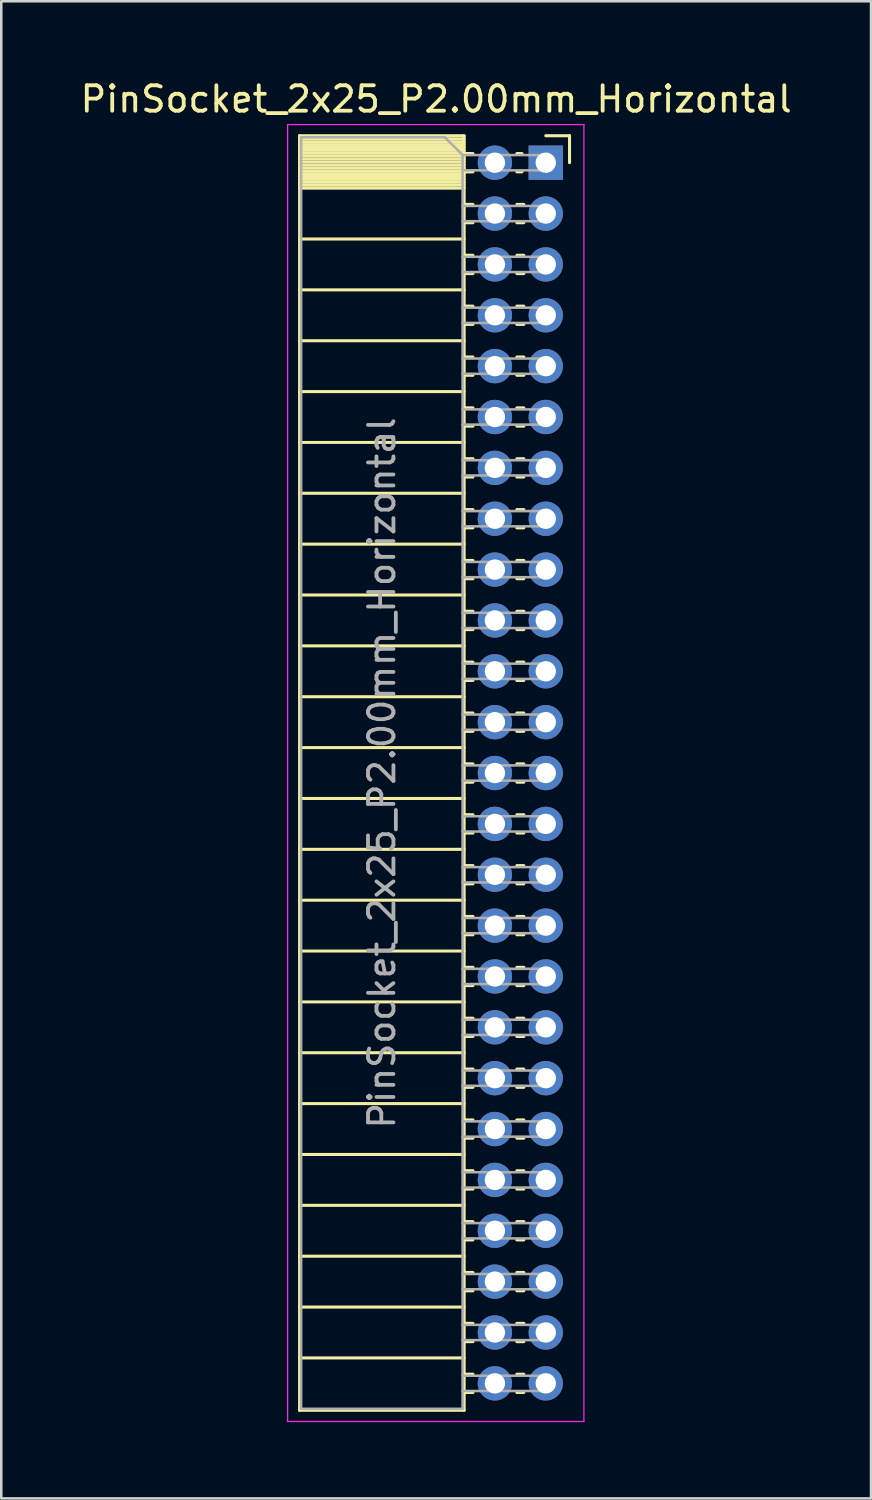
<source format=kicad_pcb>
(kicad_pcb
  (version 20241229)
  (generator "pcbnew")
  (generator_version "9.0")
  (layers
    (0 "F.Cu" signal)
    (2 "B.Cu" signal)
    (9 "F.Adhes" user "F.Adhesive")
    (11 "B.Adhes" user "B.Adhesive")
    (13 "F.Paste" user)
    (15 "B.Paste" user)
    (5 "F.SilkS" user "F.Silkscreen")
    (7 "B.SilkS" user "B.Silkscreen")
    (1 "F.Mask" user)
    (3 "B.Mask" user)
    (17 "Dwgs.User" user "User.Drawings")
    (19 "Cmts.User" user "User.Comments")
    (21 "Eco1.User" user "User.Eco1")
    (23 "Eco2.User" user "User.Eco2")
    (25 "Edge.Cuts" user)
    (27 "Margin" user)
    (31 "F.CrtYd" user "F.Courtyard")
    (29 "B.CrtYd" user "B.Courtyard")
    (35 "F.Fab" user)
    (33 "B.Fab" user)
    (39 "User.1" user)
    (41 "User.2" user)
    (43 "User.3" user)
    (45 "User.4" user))
  (footprint "PinSocket_2x25_P2.00mm_Horizontal"
    (layer "F.Cu")
    (at 18.411 3.348)
    (property "Reference" "PinSocket_2x25_P2.00mm_Horizontal" (at -4.31 -2.5 0) (layer "F.SilkS") (effects (font (size 1 1) (thickness 0.15))))
    (attr through_hole)
    (fp_line (start -9.68 -1.06) (end -9.68 49.06) (stroke (width 0.12) (type solid)) (layer "F.SilkS"))
    (fp_line (start -9.68 -1.06) (end -3.21 -1.06) (stroke (width 0.12) (type solid)) (layer "F.SilkS"))
    (fp_line (start -9.68 -0.94) (end -3.21 -0.94) (stroke (width 0.12) (type solid)) (layer "F.SilkS"))
    (fp_line (start -9.68 -0.826) (end -3.21 -0.826) (stroke (width 0.12) (type solid)) (layer "F.SilkS"))
    (fp_line (start -9.68 -0.712) (end -3.21 -0.712) (stroke (width 0.12) (type solid)) (layer "F.SilkS"))
    (fp_line (start -9.68 -0.598) (end -3.21 -0.598) (stroke (width 0.12) (type solid)) (layer "F.SilkS"))
    (fp_line (start -9.68 -0.484) (end -3.21 -0.484) (stroke (width 0.12) (type solid)) (layer "F.SilkS"))
    (fp_line (start -9.68 -0.369) (end -3.21 -0.369) (stroke (width 0.12) (type solid)) (layer "F.SilkS"))
    (fp_line (start -9.68 -0.255) (end -3.21 -0.255) (stroke (width 0.12) (type solid)) (layer "F.SilkS"))
    (fp_line (start -9.68 -0.141) (end -3.21 -0.141) (stroke (width 0.12) (type solid)) (layer "F.SilkS"))
    (fp_line (start -9.68 -0.027) (end -3.21 -0.027) (stroke (width 0.12) (type solid)) (layer "F.SilkS"))
    (fp_line (start -9.68 0.087) (end -3.21 0.087) (stroke (width 0.12) (type solid)) (layer "F.SilkS"))
    (fp_line (start -9.68 0.201) (end -3.21 0.201) (stroke (width 0.12) (type solid)) (layer "F.SilkS"))
    (fp_line (start -9.68 0.315) (end -3.21 0.315) (stroke (width 0.12) (type solid)) (layer "F.SilkS"))
    (fp_line (start -9.68 0.429) (end -3.21 0.429) (stroke (width 0.12) (type solid)) (layer "F.SilkS"))
    (fp_line (start -9.68 0.544) (end -3.21 0.544) (stroke (width 0.12) (type solid)) (layer "F.SilkS"))
    (fp_line (start -9.68 0.658) (end -3.21 0.658) (stroke (width 0.12) (type solid)) (layer "F.SilkS"))
    (fp_line (start -9.68 0.772) (end -3.21 0.772) (stroke (width 0.12) (type solid)) (layer "F.SilkS"))
    (fp_line (start -9.68 0.886) (end -3.21 0.886) (stroke (width 0.12) (type solid)) (layer "F.SilkS"))
    (fp_line (start -9.68 1) (end -3.21 1) (stroke (width 0.12) (type solid)) (layer "F.SilkS"))
    (fp_line (start -9.68 3) (end -3.21 3) (stroke (width 0.12) (type solid)) (layer "F.SilkS"))
    (fp_line (start -9.68 5) (end -3.21 5) (stroke (width 0.12) (type solid)) (layer "F.SilkS"))
    (fp_line (start -9.68 7) (end -3.21 7) (stroke (width 0.12) (type solid)) (layer "F.SilkS"))
    (fp_line (start -9.68 9) (end -3.21 9) (stroke (width 0.12) (type solid)) (layer "F.SilkS"))
    (fp_line (start -9.68 11) (end -3.21 11) (stroke (width 0.12) (type solid)) (layer "F.SilkS"))
    (fp_line (start -9.68 13) (end -3.21 13) (stroke (width 0.12) (type solid)) (layer "F.SilkS"))
    (fp_line (start -9.68 15) (end -3.21 15) (stroke (width 0.12) (type solid)) (layer "F.SilkS"))
    (fp_line (start -9.68 17) (end -3.21 17) (stroke (width 0.12) (type solid)) (layer "F.SilkS"))
    (fp_line (start -9.68 19) (end -3.21 19) (stroke (width 0.12) (type solid)) (layer "F.SilkS"))
    (fp_line (start -9.68 21) (end -3.21 21) (stroke (width 0.12) (type solid)) (layer "F.SilkS"))
    (fp_line (start -9.68 23) (end -3.21 23) (stroke (width 0.12) (type solid)) (layer "F.SilkS"))
    (fp_line (start -9.68 25) (end -3.21 25) (stroke (width 0.12) (type solid)) (layer "F.SilkS"))
    (fp_line (start -9.68 27) (end -3.21 27) (stroke (width 0.12) (type solid)) (layer "F.SilkS"))
    (fp_line (start -9.68 29) (end -3.21 29) (stroke (width 0.12) (type solid)) (layer "F.SilkS"))
    (fp_line (start -9.68 31) (end -3.21 31) (stroke (width 0.12) (type solid)) (layer "F.SilkS"))
    (fp_line (start -9.68 33) (end -3.21 33) (stroke (width 0.12) (type solid)) (layer "F.SilkS"))
    (fp_line (start -9.68 35) (end -3.21 35) (stroke (width 0.12) (type solid)) (layer "F.SilkS"))
    (fp_line (start -9.68 37) (end -3.21 37) (stroke (width 0.12) (type solid)) (layer "F.SilkS"))
    (fp_line (start -9.68 39) (end -3.21 39) (stroke (width 0.12) (type solid)) (layer "F.SilkS"))
    (fp_line (start -9.68 41) (end -3.21 41) (stroke (width 0.12) (type solid)) (layer "F.SilkS"))
    (fp_line (start -9.68 43) (end -3.21 43) (stroke (width 0.12) (type solid)) (layer "F.SilkS"))
    (fp_line (start -9.68 45) (end -3.21 45) (stroke (width 0.12) (type solid)) (layer "F.SilkS"))
    (fp_line (start -9.68 47) (end -3.21 47) (stroke (width 0.12) (type solid)) (layer "F.SilkS"))
    (fp_line (start -9.68 49.06) (end -3.21 49.06) (stroke (width 0.12) (type solid)) (layer "F.SilkS"))
    (fp_line (start -3.21 -1.06) (end -3.21 49.06) (stroke (width 0.12) (type solid)) (layer "F.SilkS"))
    (fp_line (start -3.21 -0.36) (end -2.863 -0.36) (stroke (width 0.12) (type solid)) (layer "F.SilkS"))
    (fp_line (start -3.21 0.36) (end -2.863 0.36) (stroke (width 0.12) (type solid)) (layer "F.SilkS"))
    (fp_line (start -3.21 1.64) (end -2.863 1.64) (stroke (width 0.12) (type solid)) (layer "F.SilkS"))
    (fp_line (start -3.21 2.36) (end -2.863 2.36) (stroke (width 0.12) (type solid)) (layer "F.SilkS"))
    (fp_line (start -3.21 3.64) (end -2.863 3.64) (stroke (width 0.12) (type solid)) (layer "F.SilkS"))
    (fp_line (start -3.21 4.36) (end -2.863 4.36) (stroke (width 0.12) (type solid)) (layer "F.SilkS"))
    (fp_line (start -3.21 5.64) (end -2.863 5.64) (stroke (width 0.12) (type solid)) (layer "F.SilkS"))
    (fp_line (start -3.21 6.36) (end -2.863 6.36) (stroke (width 0.12) (type solid)) (layer "F.SilkS"))
    (fp_line (start -3.21 7.64) (end -2.863 7.64) (stroke (width 0.12) (type solid)) (layer "F.SilkS"))
    (fp_line (start -3.21 8.36) (end -2.863 8.36) (stroke (width 0.12) (type solid)) (layer "F.SilkS"))
    (fp_line (start -3.21 9.64) (end -2.863 9.64) (stroke (width 0.12) (type solid)) (layer "F.SilkS"))
    (fp_line (start -3.21 10.36) (end -2.863 10.36) (stroke (width 0.12) (type solid)) (layer "F.SilkS"))
    (fp_line (start -3.21 11.64) (end -2.863 11.64) (stroke (width 0.12) (type solid)) (layer "F.SilkS"))
    (fp_line (start -3.21 12.36) (end -2.863 12.36) (stroke (width 0.12) (type solid)) (layer "F.SilkS"))
    (fp_line (start -3.21 13.64) (end -2.863 13.64) (stroke (width 0.12) (type solid)) (layer "F.SilkS"))
    (fp_line (start -3.21 14.36) (end -2.863 14.36) (stroke (width 0.12) (type solid)) (layer "F.SilkS"))
    (fp_line (start -3.21 15.64) (end -2.863 15.64) (stroke (width 0.12) (type solid)) (layer "F.SilkS"))
    (fp_line (start -3.21 16.36) (end -2.863 16.36) (stroke (width 0.12) (type solid)) (layer "F.SilkS"))
    (fp_line (start -3.21 17.64) (end -2.863 17.64) (stroke (width 0.12) (type solid)) (layer "F.SilkS"))
    (fp_line (start -3.21 18.36) (end -2.863 18.36) (stroke (width 0.12) (type solid)) (layer "F.SilkS"))
    (fp_line (start -3.21 19.64) (end -2.863 19.64) (stroke (width 0.12) (type solid)) (layer "F.SilkS"))
    (fp_line (start -3.21 20.36) (end -2.863 20.36) (stroke (width 0.12) (type solid)) (layer "F.SilkS"))
    (fp_line (start -3.21 21.64) (end -2.863 21.64) (stroke (width 0.12) (type solid)) (layer "F.SilkS"))
    (fp_line (start -3.21 22.36) (end -2.863 22.36) (stroke (width 0.12) (type solid)) (layer "F.SilkS"))
    (fp_line (start -3.21 23.64) (end -2.863 23.64) (stroke (width 0.12) (type solid)) (layer "F.SilkS"))
    (fp_line (start -3.21 24.36) (end -2.863 24.36) (stroke (width 0.12) (type solid)) (layer "F.SilkS"))
    (fp_line (start -3.21 25.64) (end -2.863 25.64) (stroke (width 0.12) (type solid)) (layer "F.SilkS"))
    (fp_line (start -3.21 26.36) (end -2.863 26.36) (stroke (width 0.12) (type solid)) (layer "F.SilkS"))
    (fp_line (start -3.21 27.64) (end -2.863 27.64) (stroke (width 0.12) (type solid)) (layer "F.SilkS"))
    (fp_line (start -3.21 28.36) (end -2.863 28.36) (stroke (width 0.12) (type solid)) (layer "F.SilkS"))
    (fp_line (start -3.21 29.64) (end -2.863 29.64) (stroke (width 0.12) (type solid)) (layer "F.SilkS"))
    (fp_line (start -3.21 30.36) (end -2.863 30.36) (stroke (width 0.12) (type solid)) (layer "F.SilkS"))
    (fp_line (start -3.21 31.64) (end -2.863 31.64) (stroke (width 0.12) (type solid)) (layer "F.SilkS"))
    (fp_line (start -3.21 32.36) (end -2.863 32.36) (stroke (width 0.12) (type solid)) (layer "F.SilkS"))
    (fp_line (start -3.21 33.64) (end -2.863 33.64) (stroke (width 0.12) (type solid)) (layer "F.SilkS"))
    (fp_line (start -3.21 34.36) (end -2.863 34.36) (stroke (width 0.12) (type solid)) (layer "F.SilkS"))
    (fp_line (start -3.21 35.64) (end -2.863 35.64) (stroke (width 0.12) (type solid)) (layer "F.SilkS"))
    (fp_line (start -3.21 36.36) (end -2.863 36.36) (stroke (width 0.12) (type solid)) (layer "F.SilkS"))
    (fp_line (start -3.21 37.64) (end -2.863 37.64) (stroke (width 0.12) (type solid)) (layer "F.SilkS"))
    (fp_line (start -3.21 38.36) (end -2.863 38.36) (stroke (width 0.12) (type solid)) (layer "F.SilkS"))
    (fp_line (start -3.21 39.64) (end -2.863 39.64) (stroke (width 0.12) (type solid)) (layer "F.SilkS"))
    (fp_line (start -3.21 40.36) (end -2.863 40.36) (stroke (width 0.12) (type solid)) (layer "F.SilkS"))
    (fp_line (start -3.21 41.64) (end -2.863 41.64) (stroke (width 0.12) (type solid)) (layer "F.SilkS"))
    (fp_line (start -3.21 42.36) (end -2.863 42.36) (stroke (width 0.12) (type solid)) (layer "F.SilkS"))
    (fp_line (start -3.21 43.64) (end -2.863 43.64) (stroke (width 0.12) (type solid)) (layer "F.SilkS"))
    (fp_line (start -3.21 44.36) (end -2.863 44.36) (stroke (width 0.12) (type solid)) (layer "F.SilkS"))
    (fp_line (start -3.21 45.64) (end -2.863 45.64) (stroke (width 0.12) (type solid)) (layer "F.SilkS"))
    (fp_line (start -3.21 46.36) (end -2.863 46.36) (stroke (width 0.12) (type solid)) (layer "F.SilkS"))
    (fp_line (start -3.21 47.64) (end -2.863 47.64) (stroke (width 0.12) (type solid)) (layer "F.SilkS"))
    (fp_line (start -3.21 48.36) (end -2.863 48.36) (stroke (width 0.12) (type solid)) (layer "F.SilkS"))
    (fp_line (start -1.137 -0.36) (end -0.935 -0.36) (stroke (width 0.12) (type solid)) (layer "F.SilkS"))
    (fp_line (start -1.137 0.36) (end -0.935 0.36) (stroke (width 0.12) (type solid)) (layer "F.SilkS"))
    (fp_line (start -1.137 1.64) (end -0.863 1.64) (stroke (width 0.12) (type solid)) (layer "F.SilkS"))
    (fp_line (start -1.137 2.36) (end -0.863 2.36) (stroke (width 0.12) (type solid)) (layer "F.SilkS"))
    (fp_line (start -1.137 3.64) (end -0.863 3.64) (stroke (width 0.12) (type solid)) (layer "F.SilkS"))
    (fp_line (start -1.137 4.36) (end -0.863 4.36) (stroke (width 0.12) (type solid)) (layer "F.SilkS"))
    (fp_line (start -1.137 5.64) (end -0.863 5.64) (stroke (width 0.12) (type solid)) (layer "F.SilkS"))
    (fp_line (start -1.137 6.36) (end -0.863 6.36) (stroke (width 0.12) (type solid)) (layer "F.SilkS"))
    (fp_line (start -1.137 7.64) (end -0.863 7.64) (stroke (width 0.12) (type solid)) (layer "F.SilkS"))
    (fp_line (start -1.137 8.36) (end -0.863 8.36) (stroke (width 0.12) (type solid)) (layer "F.SilkS"))
    (fp_line (start -1.137 9.64) (end -0.863 9.64) (stroke (width 0.12) (type solid)) (layer "F.SilkS"))
    (fp_line (start -1.137 10.36) (end -0.863 10.36) (stroke (width 0.12) (type solid)) (layer "F.SilkS"))
    (fp_line (start -1.137 11.64) (end -0.863 11.64) (stroke (width 0.12) (type solid)) (layer "F.SilkS"))
    (fp_line (start -1.137 12.36) (end -0.863 12.36) (stroke (width 0.12) (type solid)) (layer "F.SilkS"))
    (fp_line (start -1.137 13.64) (end -0.863 13.64) (stroke (width 0.12) (type solid)) (layer "F.SilkS"))
    (fp_line (start -1.137 14.36) (end -0.863 14.36) (stroke (width 0.12) (type solid)) (layer "F.SilkS"))
    (fp_line (start -1.137 15.64) (end -0.863 15.64) (stroke (width 0.12) (type solid)) (layer "F.SilkS"))
    (fp_line (start -1.137 16.36) (end -0.863 16.36) (stroke (width 0.12) (type solid)) (layer "F.SilkS"))
    (fp_line (start -1.137 17.64) (end -0.863 17.64) (stroke (width 0.12) (type solid)) (layer "F.SilkS"))
    (fp_line (start -1.137 18.36) (end -0.863 18.36) (stroke (width 0.12) (type solid)) (layer "F.SilkS"))
    (fp_line (start -1.137 19.64) (end -0.863 19.64) (stroke (width 0.12) (type solid)) (layer "F.SilkS"))
    (fp_line (start -1.137 20.36) (end -0.863 20.36) (stroke (width 0.12) (type solid)) (layer "F.SilkS"))
    (fp_line (start -1.137 21.64) (end -0.863 21.64) (stroke (width 0.12) (type solid)) (layer "F.SilkS"))
    (fp_line (start -1.137 22.36) (end -0.863 22.36) (stroke (width 0.12) (type solid)) (layer "F.SilkS"))
    (fp_line (start -1.137 23.64) (end -0.863 23.64) (stroke (width 0.12) (type solid)) (layer "F.SilkS"))
    (fp_line (start -1.137 24.36) (end -0.863 24.36) (stroke (width 0.12) (type solid)) (layer "F.SilkS"))
    (fp_line (start -1.137 25.64) (end -0.863 25.64) (stroke (width 0.12) (type solid)) (layer "F.SilkS"))
    (fp_line (start -1.137 26.36) (end -0.863 26.36) (stroke (width 0.12) (type solid)) (layer "F.SilkS"))
    (fp_line (start -1.137 27.64) (end -0.863 27.64) (stroke (width 0.12) (type solid)) (layer "F.SilkS"))
    (fp_line (start -1.137 28.36) (end -0.863 28.36) (stroke (width 0.12) (type solid)) (layer "F.SilkS"))
    (fp_line (start -1.137 29.64) (end -0.863 29.64) (stroke (width 0.12) (type solid)) (layer "F.SilkS"))
    (fp_line (start -1.137 30.36) (end -0.863 30.36) (stroke (width 0.12) (type solid)) (layer "F.SilkS"))
    (fp_line (start -1.137 31.64) (end -0.863 31.64) (stroke (width 0.12) (type solid)) (layer "F.SilkS"))
    (fp_line (start -1.137 32.36) (end -0.863 32.36) (stroke (width 0.12) (type solid)) (layer "F.SilkS"))
    (fp_line (start -1.137 33.64) (end -0.863 33.64) (stroke (width 0.12) (type solid)) (layer "F.SilkS"))
    (fp_line (start -1.137 34.36) (end -0.863 34.36) (stroke (width 0.12) (type solid)) (layer "F.SilkS"))
    (fp_line (start -1.137 35.64) (end -0.863 35.64) (stroke (width 0.12) (type solid)) (layer "F.SilkS"))
    (fp_line (start -1.137 36.36) (end -0.863 36.36) (stroke (width 0.12) (type solid)) (layer "F.SilkS"))
    (fp_line (start -1.137 37.64) (end -0.863 37.64) (stroke (width 0.12) (type solid)) (layer "F.SilkS"))
    (fp_line (start -1.137 38.36) (end -0.863 38.36) (stroke (width 0.12) (type solid)) (layer "F.SilkS"))
    (fp_line (start -1.137 39.64) (end -0.863 39.64) (stroke (width 0.12) (type solid)) (layer "F.SilkS"))
    (fp_line (start -1.137 40.36) (end -0.863 40.36) (stroke (width 0.12) (type solid)) (layer "F.SilkS"))
    (fp_line (start -1.137 41.64) (end -0.863 41.64) (stroke (width 0.12) (type solid)) (layer "F.SilkS"))
    (fp_line (start -1.137 42.36) (end -0.863 42.36) (stroke (width 0.12) (type solid)) (layer "F.SilkS"))
    (fp_line (start -1.137 43.64) (end -0.863 43.64) (stroke (width 0.12) (type solid)) (layer "F.SilkS"))
    (fp_line (start -1.137 44.36) (end -0.863 44.36) (stroke (width 0.12) (type solid)) (layer "F.SilkS"))
    (fp_line (start -1.137 45.64) (end -0.863 45.64) (stroke (width 0.12) (type solid)) (layer "F.SilkS"))
    (fp_line (start -1.137 46.36) (end -0.863 46.36) (stroke (width 0.12) (type solid)) (layer "F.SilkS"))
    (fp_line (start -1.137 47.64) (end -0.863 47.64) (stroke (width 0.12) (type solid)) (layer "F.SilkS"))
    (fp_line (start -1.137 48.36) (end -0.863 48.36) (stroke (width 0.12) (type solid)) (layer "F.SilkS"))
    (fp_line (start 0 -1.06) (end 0.935 -1.06) (stroke (width 0.12) (type solid)) (layer "F.SilkS"))
    (fp_line (start 0.935 -1.06) (end 0.935 0) (stroke (width 0.12) (type solid)) (layer "F.SilkS"))
    (fp_line (start -10.15 -1.5) (end -10.15 49.5) (stroke (width 0.05) (type solid)) (layer "F.CrtYd"))
    (fp_line (start -10.15 49.5) (end 1.5 49.5) (stroke (width 0.05) (type solid)) (layer "F.CrtYd"))
    (fp_line (start 1.5 -1.5) (end -10.15 -1.5) (stroke (width 0.05) (type solid)) (layer "F.CrtYd"))
    (fp_line (start 1.5 49.5) (end 1.5 -1.5) (stroke (width 0.05) (type solid)) (layer "F.CrtYd"))
    (fp_line (start -9.62 -1) (end -3.97 -1) (stroke (width 0.1) (type solid)) (layer "F.Fab"))
    (fp_line (start -9.62 49) (end -9.62 -1) (stroke (width 0.1) (type solid)) (layer "F.Fab"))
    (fp_line (start -3.97 -1) (end -3.27 -0.3) (stroke (width 0.1) (type solid)) (layer "F.Fab"))
    (fp_line (start -3.27 -0.3) (end -3.27 49) (stroke (width 0.1) (type solid)) (layer "F.Fab"))
    (fp_line (start -3.27 0.3) (end 0 0.3) (stroke (width 0.1) (type solid)) (layer "F.Fab"))
    (fp_line (start -3.27 2.3) (end 0 2.3) (stroke (width 0.1) (type solid)) (layer "F.Fab"))
    (fp_line (start -3.27 4.3) (end 0 4.3) (stroke (width 0.1) (type solid)) (layer "F.Fab"))
    (fp_line (start -3.27 6.3) (end 0 6.3) (stroke (width 0.1) (type solid)) (layer "F.Fab"))
    (fp_line (start -3.27 8.3) (end 0 8.3) (stroke (width 0.1) (type solid)) (layer "F.Fab"))
    (fp_line (start -3.27 10.3) (end 0 10.3) (stroke (width 0.1) (type solid)) (layer "F.Fab"))
    (fp_line (start -3.27 12.3) (end 0 12.3) (stroke (width 0.1) (type solid)) (layer "F.Fab"))
    (fp_line (start -3.27 14.3) (end 0 14.3) (stroke (width 0.1) (type solid)) (layer "F.Fab"))
    (fp_line (start -3.27 16.3) (end 0 16.3) (stroke (width 0.1) (type solid)) (layer "F.Fab"))
    (fp_line (start -3.27 18.3) (end 0 18.3) (stroke (width 0.1) (type solid)) (layer "F.Fab"))
    (fp_line (start -3.27 20.3) (end 0 20.3) (stroke (width 0.1) (type solid)) (layer "F.Fab"))
    (fp_line (start -3.27 22.3) (end 0 22.3) (stroke (width 0.1) (type solid)) (layer "F.Fab"))
    (fp_line (start -3.27 24.3) (end 0 24.3) (stroke (width 0.1) (type solid)) (layer "F.Fab"))
    (fp_line (start -3.27 26.3) (end 0 26.3) (stroke (width 0.1) (type solid)) (layer "F.Fab"))
    (fp_line (start -3.27 28.3) (end 0 28.3) (stroke (width 0.1) (type solid)) (layer "F.Fab"))
    (fp_line (start -3.27 30.3) (end 0 30.3) (stroke (width 0.1) (type solid)) (layer "F.Fab"))
    (fp_line (start -3.27 32.3) (end 0 32.3) (stroke (width 0.1) (type solid)) (layer "F.Fab"))
    (fp_line (start -3.27 34.3) (end 0 34.3) (stroke (width 0.1) (type solid)) (layer "F.Fab"))
    (fp_line (start -3.27 36.3) (end 0 36.3) (stroke (width 0.1) (type solid)) (layer "F.Fab"))
    (fp_line (start -3.27 38.3) (end 0 38.3) (stroke (width 0.1) (type solid)) (layer "F.Fab"))
    (fp_line (start -3.27 40.3) (end 0 40.3) (stroke (width 0.1) (type solid)) (layer "F.Fab"))
    (fp_line (start -3.27 42.3) (end 0 42.3) (stroke (width 0.1) (type solid)) (layer "F.Fab"))
    (fp_line (start -3.27 44.3) (end 0 44.3) (stroke (width 0.1) (type solid)) (layer "F.Fab"))
    (fp_line (start -3.27 46.3) (end 0 46.3) (stroke (width 0.1) (type solid)) (layer "F.Fab"))
    (fp_line (start -3.27 48.3) (end 0 48.3) (stroke (width 0.1) (type solid)) (layer "F.Fab"))
    (fp_line (start -3.27 49) (end -9.62 49) (stroke (width 0.1) (type solid)) (layer "F.Fab"))
    (fp_line (start 0 -0.3) (end -3.27 -0.3) (stroke (width 0.1) (type solid)) (layer "F.Fab"))
    (fp_line (start 0 0.3) (end 0 -0.3) (stroke (width 0.1) (type solid)) (layer "F.Fab"))
    (fp_line (start 0 1.7) (end -3.27 1.7) (stroke (width 0.1) (type solid)) (layer "F.Fab"))
    (fp_line (start 0 2.3) (end 0 1.7) (stroke (width 0.1) (type solid)) (layer "F.Fab"))
    (fp_line (start 0 3.7) (end -3.27 3.7) (stroke (width 0.1) (type solid)) (layer "F.Fab"))
    (fp_line (start 0 4.3) (end 0 3.7) (stroke (width 0.1) (type solid)) (layer "F.Fab"))
    (fp_line (start 0 5.7) (end -3.27 5.7) (stroke (width 0.1) (type solid)) (layer "F.Fab"))
    (fp_line (start 0 6.3) (end 0 5.7) (stroke (width 0.1) (type solid)) (layer "F.Fab"))
    (fp_line (start 0 7.7) (end -3.27 7.7) (stroke (width 0.1) (type solid)) (layer "F.Fab"))
    (fp_line (start 0 8.3) (end 0 7.7) (stroke (width 0.1) (type solid)) (layer "F.Fab"))
    (fp_line (start 0 9.7) (end -3.27 9.7) (stroke (width 0.1) (type solid)) (layer "F.Fab"))
    (fp_line (start 0 10.3) (end 0 9.7) (stroke (width 0.1) (type solid)) (layer "F.Fab"))
    (fp_line (start 0 11.7) (end -3.27 11.7) (stroke (width 0.1) (type solid)) (layer "F.Fab"))
    (fp_line (start 0 12.3) (end 0 11.7) (stroke (width 0.1) (type solid)) (layer "F.Fab"))
    (fp_line (start 0 13.7) (end -3.27 13.7) (stroke (width 0.1) (type solid)) (layer "F.Fab"))
    (fp_line (start 0 14.3) (end 0 13.7) (stroke (width 0.1) (type solid)) (layer "F.Fab"))
    (fp_line (start 0 15.7) (end -3.27 15.7) (stroke (width 0.1) (type solid)) (layer "F.Fab"))
    (fp_line (start 0 16.3) (end 0 15.7) (stroke (width 0.1) (type solid)) (layer "F.Fab"))
    (fp_line (start 0 17.7) (end -3.27 17.7) (stroke (width 0.1) (type solid)) (layer "F.Fab"))
    (fp_line (start 0 18.3) (end 0 17.7) (stroke (width 0.1) (type solid)) (layer "F.Fab"))
    (fp_line (start 0 19.7) (end -3.27 19.7) (stroke (width 0.1) (type solid)) (layer "F.Fab"))
    (fp_line (start 0 20.3) (end 0 19.7) (stroke (width 0.1) (type solid)) (layer "F.Fab"))
    (fp_line (start 0 21.7) (end -3.27 21.7) (stroke (width 0.1) (type solid)) (layer "F.Fab"))
    (fp_line (start 0 22.3) (end 0 21.7) (stroke (width 0.1) (type solid)) (layer "F.Fab"))
    (fp_line (start 0 23.7) (end -3.27 23.7) (stroke (width 0.1) (type solid)) (layer "F.Fab"))
    (fp_line (start 0 24.3) (end 0 23.7) (stroke (width 0.1) (type solid)) (layer "F.Fab"))
    (fp_line (start 0 25.7) (end -3.27 25.7) (stroke (width 0.1) (type solid)) (layer "F.Fab"))
    (fp_line (start 0 26.3) (end 0 25.7) (stroke (width 0.1) (type solid)) (layer "F.Fab"))
    (fp_line (start 0 27.7) (end -3.27 27.7) (stroke (width 0.1) (type solid)) (layer "F.Fab"))
    (fp_line (start 0 28.3) (end 0 27.7) (stroke (width 0.1) (type solid)) (layer "F.Fab"))
    (fp_line (start 0 29.7) (end -3.27 29.7) (stroke (width 0.1) (type solid)) (layer "F.Fab"))
    (fp_line (start 0 30.3) (end 0 29.7) (stroke (width 0.1) (type solid)) (layer "F.Fab"))
    (fp_line (start 0 31.7) (end -3.27 31.7) (stroke (width 0.1) (type solid)) (layer "F.Fab"))
    (fp_line (start 0 32.3) (end 0 31.7) (stroke (width 0.1) (type solid)) (layer "F.Fab"))
    (fp_line (start 0 33.7) (end -3.27 33.7) (stroke (width 0.1) (type solid)) (layer "F.Fab"))
    (fp_line (start 0 34.3) (end 0 33.7) (stroke (width 0.1) (type solid)) (layer "F.Fab"))
    (fp_line (start 0 35.7) (end -3.27 35.7) (stroke (width 0.1) (type solid)) (layer "F.Fab"))
    (fp_line (start 0 36.3) (end 0 35.7) (stroke (width 0.1) (type solid)) (layer "F.Fab"))
    (fp_line (start 0 37.7) (end -3.27 37.7) (stroke (width 0.1) (type solid)) (layer "F.Fab"))
    (fp_line (start 0 38.3) (end 0 37.7) (stroke (width 0.1) (type solid)) (layer "F.Fab"))
    (fp_line (start 0 39.7) (end -3.27 39.7) (stroke (width 0.1) (type solid)) (layer "F.Fab"))
    (fp_line (start 0 40.3) (end 0 39.7) (stroke (width 0.1) (type solid)) (layer "F.Fab"))
    (fp_line (start 0 41.7) (end -3.27 41.7) (stroke (width 0.1) (type solid)) (layer "F.Fab"))
    (fp_line (start 0 42.3) (end 0 41.7) (stroke (width 0.1) (type solid)) (layer "F.Fab"))
    (fp_line (start 0 43.7) (end -3.27 43.7) (stroke (width 0.1) (type solid)) (layer "F.Fab"))
    (fp_line (start 0 44.3) (end 0 43.7) (stroke (width 0.1) (type solid)) (layer "F.Fab"))
    (fp_line (start 0 45.7) (end -3.27 45.7) (stroke (width 0.1) (type solid)) (layer "F.Fab"))
    (fp_line (start 0 46.3) (end 0 45.7) (stroke (width 0.1) (type solid)) (layer "F.Fab"))
    (fp_line (start 0 47.7) (end -3.27 47.7) (stroke (width 0.1) (type solid)) (layer "F.Fab"))
    (fp_line (start 0 48.3) (end 0 47.7) (stroke (width 0.1) (type solid)) (layer "F.Fab"))
    (fp_text user "${REFERENCE}" (at -6.445 24 90) (layer "F.Fab") (effects (font (size 1 1) (thickness 0.15))))
    (pad "1" thru_hole rect (at 0 0) (size 1.35 1.35) (drill 0.8) (layers "*.Cu" "*.Mask"))
    (pad "2" thru_hole circle (at -2 0) (size 1.35 1.35) (drill 0.8) (layers "*.Cu" "*.Mask"))
    (pad "3" thru_hole circle (at 0 2) (size 1.35 1.35) (drill 0.8) (layers "*.Cu" "*.Mask"))
    (pad "4" thru_hole circle (at -2 2) (size 1.35 1.35) (drill 0.8) (layers "*.Cu" "*.Mask"))
    (pad "5" thru_hole circle (at 0 4) (size 1.35 1.35) (drill 0.8) (layers "*.Cu" "*.Mask"))
    (pad "6" thru_hole circle (at -2 4) (size 1.35 1.35) (drill 0.8) (layers "*.Cu" "*.Mask"))
    (pad "7" thru_hole circle (at 0 6) (size 1.35 1.35) (drill 0.8) (layers "*.Cu" "*.Mask"))
    (pad "8" thru_hole circle (at -2 6) (size 1.35 1.35) (drill 0.8) (layers "*.Cu" "*.Mask"))
    (pad "9" thru_hole circle (at 0 8) (size 1.35 1.35) (drill 0.8) (layers "*.Cu" "*.Mask"))
    (pad "10" thru_hole circle (at -2 8) (size 1.35 1.35) (drill 0.8) (layers "*.Cu" "*.Mask"))
    (pad "11" thru_hole circle (at 0 10) (size 1.35 1.35) (drill 0.8) (layers "*.Cu" "*.Mask"))
    (pad "12" thru_hole circle (at -2 10) (size 1.35 1.35) (drill 0.8) (layers "*.Cu" "*.Mask"))
    (pad "13" thru_hole circle (at 0 12) (size 1.35 1.35) (drill 0.8) (layers "*.Cu" "*.Mask"))
    (pad "14" thru_hole circle (at -2 12) (size 1.35 1.35) (drill 0.8) (layers "*.Cu" "*.Mask"))
    (pad "15" thru_hole circle (at 0 14) (size 1.35 1.35) (drill 0.8) (layers "*.Cu" "*.Mask"))
    (pad "16" thru_hole circle (at -2 14) (size 1.35 1.35) (drill 0.8) (layers "*.Cu" "*.Mask"))
    (pad "17" thru_hole circle (at 0 16) (size 1.35 1.35) (drill 0.8) (layers "*.Cu" "*.Mask"))
    (pad "18" thru_hole circle (at -2 16) (size 1.35 1.35) (drill 0.8) (layers "*.Cu" "*.Mask"))
    (pad "19" thru_hole circle (at 0 18) (size 1.35 1.35) (drill 0.8) (layers "*.Cu" "*.Mask"))
    (pad "20" thru_hole circle (at -2 18) (size 1.35 1.35) (drill 0.8) (layers "*.Cu" "*.Mask"))
    (pad "21" thru_hole circle (at 0 20) (size 1.35 1.35) (drill 0.8) (layers "*.Cu" "*.Mask"))
    (pad "22" thru_hole circle (at -2 20) (size 1.35 1.35) (drill 0.8) (layers "*.Cu" "*.Mask"))
    (pad "23" thru_hole circle (at 0 22) (size 1.35 1.35) (drill 0.8) (layers "*.Cu" "*.Mask"))
    (pad "24" thru_hole circle (at -2 22) (size 1.35 1.35) (drill 0.8) (layers "*.Cu" "*.Mask"))
    (pad "25" thru_hole circle (at 0 24) (size 1.35 1.35) (drill 0.8) (layers "*.Cu" "*.Mask"))
    (pad "26" thru_hole circle (at -2 24) (size 1.35 1.35) (drill 0.8) (layers "*.Cu" "*.Mask"))
    (pad "27" thru_hole circle (at 0 26) (size 1.35 1.35) (drill 0.8) (layers "*.Cu" "*.Mask"))
    (pad "28" thru_hole circle (at -2 26) (size 1.35 1.35) (drill 0.8) (layers "*.Cu" "*.Mask"))
    (pad "29" thru_hole circle (at 0 28) (size 1.35 1.35) (drill 0.8) (layers "*.Cu" "*.Mask"))
    (pad "30" thru_hole circle (at -2 28) (size 1.35 1.35) (drill 0.8) (layers "*.Cu" "*.Mask"))
    (pad "31" thru_hole circle (at 0 30) (size 1.35 1.35) (drill 0.8) (layers "*.Cu" "*.Mask"))
    (pad "32" thru_hole circle (at -2 30) (size 1.35 1.35) (drill 0.8) (layers "*.Cu" "*.Mask"))
    (pad "33" thru_hole circle (at 0 32) (size 1.35 1.35) (drill 0.8) (layers "*.Cu" "*.Mask"))
    (pad "34" thru_hole circle (at -2 32) (size 1.35 1.35) (drill 0.8) (layers "*.Cu" "*.Mask"))
    (pad "35" thru_hole circle (at 0 34) (size 1.35 1.35) (drill 0.8) (layers "*.Cu" "*.Mask"))
    (pad "36" thru_hole circle (at -2 34) (size 1.35 1.35) (drill 0.8) (layers "*.Cu" "*.Mask"))
    (pad "37" thru_hole circle (at 0 36) (size 1.35 1.35) (drill 0.8) (layers "*.Cu" "*.Mask"))
    (pad "38" thru_hole circle (at -2 36) (size 1.35 1.35) (drill 0.8) (layers "*.Cu" "*.Mask"))
    (pad "39" thru_hole circle (at 0 38) (size 1.35 1.35) (drill 0.8) (layers "*.Cu" "*.Mask"))
    (pad "40" thru_hole circle (at -2 38) (size 1.35 1.35) (drill 0.8) (layers "*.Cu" "*.Mask"))
    (pad "41" thru_hole circle (at 0 40) (size 1.35 1.35) (drill 0.8) (layers "*.Cu" "*.Mask"))
    (pad "42" thru_hole circle (at -2 40) (size 1.35 1.35) (drill 0.8) (layers "*.Cu" "*.Mask"))
    (pad "43" thru_hole circle (at 0 42) (size 1.35 1.35) (drill 0.8) (layers "*.Cu" "*.Mask"))
    (pad "44" thru_hole circle (at -2 42) (size 1.35 1.35) (drill 0.8) (layers "*.Cu" "*.Mask"))
    (pad "45" thru_hole circle (at 0 44) (size 1.35 1.35) (drill 0.8) (layers "*.Cu" "*.Mask"))
    (pad "46" thru_hole circle (at -2 44) (size 1.35 1.35) (drill 0.8) (layers "*.Cu" "*.Mask"))
    (pad "47" thru_hole circle (at 0 46) (size 1.35 1.35) (drill 0.8) (layers "*.Cu" "*.Mask"))
    (pad "48" thru_hole circle (at -2 46) (size 1.35 1.35) (drill 0.8) (layers "*.Cu" "*.Mask"))
    (pad "49" thru_hole circle (at 0 48) (size 1.35 1.35) (drill 0.8) (layers "*.Cu" "*.Mask"))
    (pad "50" thru_hole circle (at -2 48) (size 1.35 1.35) (drill 0.8) (layers "*.Cu" "*.Mask")))
  (gr_rect
    (start -3 -3)
    (end 31.202 55.873)
    (stroke (width 0.1) (type default))
    (fill no)
    (layer "Edge.Cuts")))
</source>
